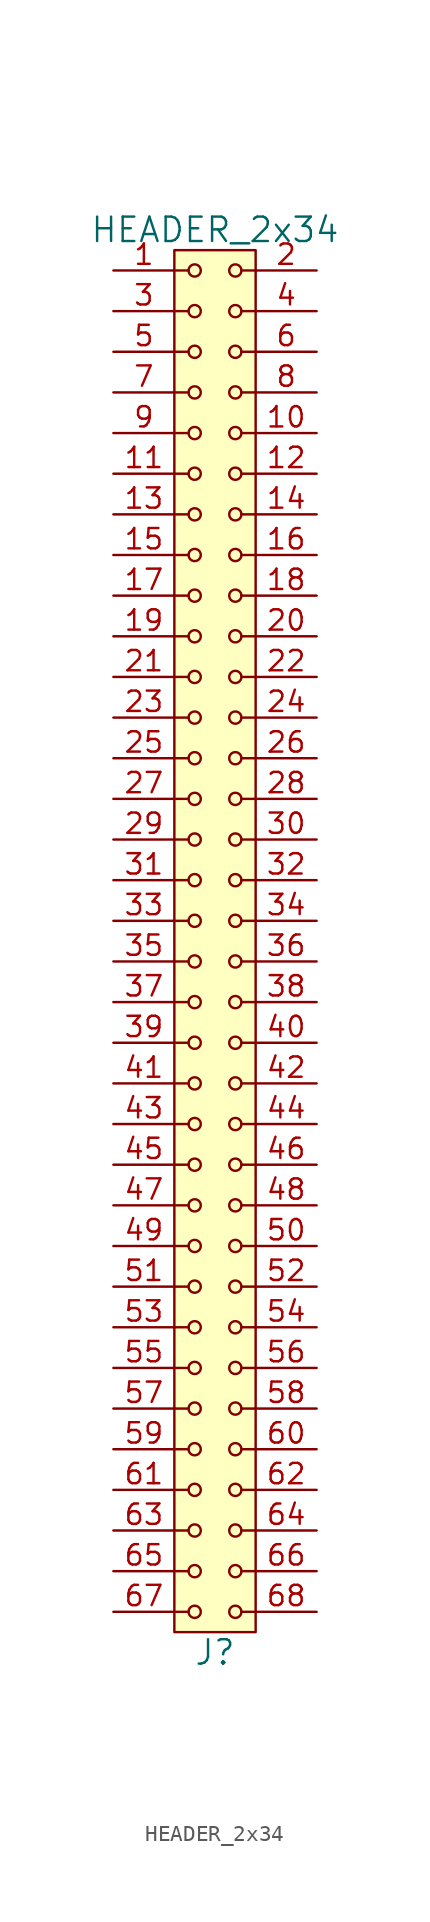
<source format=kicad_sym>
(kicad_symbol_lib
  (version 20211014)
  (generator kicad_symbol_editor)
  (symbol "HEADER_2x34"
    (pin_names
      (offset 1.016))
    (property "Reference" "J"
      (at 0 -44.45 0)
      (effects (font (size 1.524 1.524))))
    (property "Value" "HEADER_2x34"
      (at 0 44.45 0)
      (effects (font (size 1.524 1.524))))
    (property "Footprint" ""
      (at 0 41.91 0)
      (effects (font (size 1.524 1.524))))
    (property "Datasheet" ""
      (at 0 41.91 0)
      (effects (font (size 1.524 1.524))))
    (symbol "HEADER_2x34_0_1"
      (rectangle (start -2.54 43.18) (end 2.54 -43.18) (stroke (width 0) (type default) (color 0 0 0 0)) (fill (type background)))
      (circle (center -1.27 -41.91) (radius 0.381) (stroke (width 0) (type default) (color 0 0 0 0)) (fill (type none)))
      (circle (center -1.27 -39.37) (radius 0.381) (stroke (width 0) (type default) (color 0 0 0 0)) (fill (type none)))
      (circle (center -1.27 -36.83) (radius 0.381) (stroke (width 0) (type default) (color 0 0 0 0)) (fill (type none)))
      (circle (center -1.27 -34.29) (radius 0.381) (stroke (width 0) (type default) (color 0 0 0 0)) (fill (type none)))
      (circle (center -1.27 -31.75) (radius 0.381) (stroke (width 0) (type default) (color 0 0 0 0)) (fill (type none)))
      (circle (center -1.27 -29.21) (radius 0.381) (stroke (width 0) (type default) (color 0 0 0 0)) (fill (type none)))
      (circle (center -1.27 -26.67) (radius 0.381) (stroke (width 0) (type default) (color 0 0 0 0)) (fill (type none)))
      (circle (center -1.27 -24.13) (radius 0.381) (stroke (width 0) (type default) (color 0 0 0 0)) (fill (type none)))
      (circle (center -1.27 -21.59) (radius 0.381) (stroke (width 0) (type default) (color 0 0 0 0)) (fill (type none)))
      (circle (center -1.27 -19.05) (radius 0.381) (stroke (width 0) (type default) (color 0 0 0 0)) (fill (type none)))
      (circle (center -1.27 -16.51) (radius 0.381) (stroke (width 0) (type default) (color 0 0 0 0)) (fill (type none)))
      (circle (center -1.27 -13.97) (radius 0.381) (stroke (width 0) (type default) (color 0 0 0 0)) (fill (type none)))
      (circle (center -1.27 -11.43) (radius 0.381) (stroke (width 0) (type default) (color 0 0 0 0)) (fill (type none)))
      (circle (center -1.27 -8.89) (radius 0.381) (stroke (width 0) (type default) (color 0 0 0 0)) (fill (type none)))
      (circle (center -1.27 -6.35) (radius 0.381) (stroke (width 0) (type default) (color 0 0 0 0)) (fill (type none)))
      (circle (center -1.27 -3.81) (radius 0.381) (stroke (width 0) (type default) (color 0 0 0 0)) (fill (type none)))
      (circle (center -1.27 -1.27) (radius 0.381) (stroke (width 0) (type default) (color 0 0 0 0)) (fill (type none)))
      (circle (center -1.27 1.27) (radius 0.381) (stroke (width 0) (type default) (color 0 0 0 0)) (fill (type none)))
      (circle (center -1.27 3.81) (radius 0.381) (stroke (width 0) (type default) (color 0 0 0 0)) (fill (type none)))
      (circle (center -1.27 6.35) (radius 0.381) (stroke (width 0) (type default) (color 0 0 0 0)) (fill (type none)))
      (circle (center -1.27 8.89) (radius 0.381) (stroke (width 0) (type default) (color 0 0 0 0)) (fill (type none)))
      (circle (center -1.27 11.43) (radius 0.381) (stroke (width 0) (type default) (color 0 0 0 0)) (fill (type none)))
      (circle (center -1.27 13.97) (radius 0.381) (stroke (width 0) (type default) (color 0 0 0 0)) (fill (type none)))
      (circle (center -1.27 16.51) (radius 0.381) (stroke (width 0) (type default) (color 0 0 0 0)) (fill (type none)))
      (circle (center -1.27 19.05) (radius 0.381) (stroke (width 0) (type default) (color 0 0 0 0)) (fill (type none)))
      (circle (center -1.27 21.59) (radius 0.381) (stroke (width 0) (type default) (color 0 0 0 0)) (fill (type none)))
      (circle (center -1.27 24.13) (radius 0.381) (stroke (width 0) (type default) (color 0 0 0 0)) (fill (type none)))
      (circle (center -1.27 26.67) (radius 0.381) (stroke (width 0) (type default) (color 0 0 0 0)) (fill (type none)))
      (circle (center -1.27 29.21) (radius 0.381) (stroke (width 0) (type default) (color 0 0 0 0)) (fill (type none)))
      (circle (center -1.27 31.75) (radius 0.381) (stroke (width 0) (type default) (color 0 0 0 0)) (fill (type none)))
      (circle (center -1.27 34.29) (radius 0.381) (stroke (width 0) (type default) (color 0 0 0 0)) (fill (type none)))
      (circle (center -1.27 36.83) (radius 0.381) (stroke (width 0) (type default) (color 0 0 0 0)) (fill (type none)))
      (circle (center -1.27 39.37) (radius 0.381) (stroke (width 0) (type default) (color 0 0 0 0)) (fill (type none)))
      (circle (center -1.27 41.91) (radius 0.381) (stroke (width 0) (type default) (color 0 0 0 0)) (fill (type none)))
      (polyline (pts (xy -1.651 -41.91) (xy -2.54 -41.91)) (stroke (width 0) (type default) (color 0 0 0 0)) (fill (type none)))
      (polyline (pts (xy -1.651 -39.37) (xy -2.54 -39.37)) (stroke (width 0) (type default) (color 0 0 0 0)) (fill (type none)))
      (polyline (pts (xy -1.651 -36.83) (xy -2.54 -36.83)) (stroke (width 0) (type default) (color 0 0 0 0)) (fill (type none)))
      (polyline (pts (xy -1.651 -34.29) (xy -2.54 -34.29)) (stroke (width 0) (type default) (color 0 0 0 0)) (fill (type none)))
      (polyline (pts (xy -1.651 -31.75) (xy -2.54 -31.75)) (stroke (width 0) (type default) (color 0 0 0 0)) (fill (type none)))
      (polyline (pts (xy -1.651 -29.21) (xy -2.54 -29.21)) (stroke (width 0) (type default) (color 0 0 0 0)) (fill (type none)))
      (polyline (pts (xy -1.651 -26.67) (xy -2.54 -26.67)) (stroke (width 0) (type default) (color 0 0 0 0)) (fill (type none)))
      (polyline (pts (xy -1.651 -24.13) (xy -2.54 -24.13)) (stroke (width 0) (type default) (color 0 0 0 0)) (fill (type none)))
      (polyline (pts (xy -1.651 -21.59) (xy -2.54 -21.59)) (stroke (width 0) (type default) (color 0 0 0 0)) (fill (type none)))
      (polyline (pts (xy -1.651 -19.05) (xy -2.54 -19.05)) (stroke (width 0) (type default) (color 0 0 0 0)) (fill (type none)))
      (polyline (pts (xy -1.651 -16.51) (xy -2.54 -16.51)) (stroke (width 0) (type default) (color 0 0 0 0)) (fill (type none)))
      (polyline (pts (xy -1.651 -13.97) (xy -2.54 -13.97)) (stroke (width 0) (type default) (color 0 0 0 0)) (fill (type none)))
      (polyline (pts (xy -1.651 -11.43) (xy -2.54 -11.43)) (stroke (width 0) (type default) (color 0 0 0 0)) (fill (type none)))
      (polyline (pts (xy -1.651 -8.89) (xy -2.54 -8.89)) (stroke (width 0) (type default) (color 0 0 0 0)) (fill (type none)))
      (polyline (pts (xy -1.651 -6.35) (xy -2.54 -6.35)) (stroke (width 0) (type default) (color 0 0 0 0)) (fill (type none)))
      (polyline (pts (xy -1.651 -3.81) (xy -2.54 -3.81)) (stroke (width 0) (type default) (color 0 0 0 0)) (fill (type none)))
      (polyline (pts (xy -1.651 -1.27) (xy -2.54 -1.27)) (stroke (width 0) (type default) (color 0 0 0 0)) (fill (type none)))
      (polyline (pts (xy -1.651 1.27) (xy -2.54 1.27)) (stroke (width 0) (type default) (color 0 0 0 0)) (fill (type none)))
      (polyline (pts (xy -1.651 3.81) (xy -2.54 3.81)) (stroke (width 0) (type default) (color 0 0 0 0)) (fill (type none)))
      (polyline (pts (xy -1.651 6.35) (xy -2.54 6.35)) (stroke (width 0) (type default) (color 0 0 0 0)) (fill (type none)))
      (polyline (pts (xy -1.651 8.89) (xy -2.54 8.89)) (stroke (width 0) (type default) (color 0 0 0 0)) (fill (type none)))
      (polyline (pts (xy -1.651 11.43) (xy -2.54 11.43)) (stroke (width 0) (type default) (color 0 0 0 0)) (fill (type none)))
      (polyline (pts (xy -1.651 13.97) (xy -2.54 13.97)) (stroke (width 0) (type default) (color 0 0 0 0)) (fill (type none)))
      (polyline (pts (xy -1.651 16.51) (xy -2.54 16.51)) (stroke (width 0) (type default) (color 0 0 0 0)) (fill (type none)))
      (polyline (pts (xy -1.651 19.05) (xy -2.54 19.05)) (stroke (width 0) (type default) (color 0 0 0 0)) (fill (type none)))
      (polyline (pts (xy -1.651 21.59) (xy -2.54 21.59)) (stroke (width 0) (type default) (color 0 0 0 0)) (fill (type none)))
      (polyline (pts (xy -1.651 24.13) (xy -2.54 24.13)) (stroke (width 0) (type default) (color 0 0 0 0)) (fill (type none)))
      (polyline (pts (xy -1.651 26.67) (xy -2.54 26.67)) (stroke (width 0) (type default) (color 0 0 0 0)) (fill (type none)))
      (polyline (pts (xy -1.651 29.21) (xy -2.54 29.21)) (stroke (width 0) (type default) (color 0 0 0 0)) (fill (type none)))
      (polyline (pts (xy -1.651 31.75) (xy -2.54 31.75)) (stroke (width 0) (type default) (color 0 0 0 0)) (fill (type none)))
      (polyline (pts (xy -1.651 34.29) (xy -2.54 34.29)) (stroke (width 0) (type default) (color 0 0 0 0)) (fill (type none)))
      (polyline (pts (xy -1.651 36.83) (xy -2.54 36.83)) (stroke (width 0) (type default) (color 0 0 0 0)) (fill (type none)))
      (polyline (pts (xy -1.651 39.37) (xy -2.54 39.37)) (stroke (width 0) (type default) (color 0 0 0 0)) (fill (type none)))
      (polyline (pts (xy -1.651 41.91) (xy -2.54 41.91)) (stroke (width 0) (type default) (color 0 0 0 0)) (fill (type none)))
      (polyline (pts (xy 1.651 -41.91) (xy 2.54 -41.91)) (stroke (width 0) (type default) (color 0 0 0 0)) (fill (type none)))
      (polyline (pts (xy 1.651 -39.37) (xy 2.54 -39.37)) (stroke (width 0) (type default) (color 0 0 0 0)) (fill (type none)))
      (polyline (pts (xy 1.651 -36.83) (xy 2.54 -36.83)) (stroke (width 0) (type default) (color 0 0 0 0)) (fill (type none)))
      (polyline (pts (xy 1.651 -34.29) (xy 2.54 -34.29)) (stroke (width 0) (type default) (color 0 0 0 0)) (fill (type none)))
      (polyline (pts (xy 1.651 -31.75) (xy 2.54 -31.75)) (stroke (width 0) (type default) (color 0 0 0 0)) (fill (type none)))
      (polyline (pts (xy 1.651 -29.21) (xy 2.54 -29.21)) (stroke (width 0) (type default) (color 0 0 0 0)) (fill (type none)))
      (polyline (pts (xy 1.651 -26.67) (xy 2.54 -26.67)) (stroke (width 0) (type default) (color 0 0 0 0)) (fill (type none)))
      (polyline (pts (xy 1.651 -24.13) (xy 2.54 -24.13)) (stroke (width 0) (type default) (color 0 0 0 0)) (fill (type none)))
      (polyline (pts (xy 1.651 -21.59) (xy 2.54 -21.59)) (stroke (width 0) (type default) (color 0 0 0 0)) (fill (type none)))
      (polyline (pts (xy 1.651 -19.05) (xy 2.54 -19.05)) (stroke (width 0) (type default) (color 0 0 0 0)) (fill (type none)))
      (polyline (pts (xy 1.651 -16.51) (xy 2.54 -16.51)) (stroke (width 0) (type default) (color 0 0 0 0)) (fill (type none)))
      (polyline (pts (xy 1.651 -13.97) (xy 2.54 -13.97)) (stroke (width 0) (type default) (color 0 0 0 0)) (fill (type none)))
      (polyline (pts (xy 1.651 -11.43) (xy 2.54 -11.43)) (stroke (width 0) (type default) (color 0 0 0 0)) (fill (type none)))
      (polyline (pts (xy 1.651 -8.89) (xy 2.54 -8.89)) (stroke (width 0) (type default) (color 0 0 0 0)) (fill (type none)))
      (polyline (pts (xy 1.651 -6.35) (xy 2.54 -6.35)) (stroke (width 0) (type default) (color 0 0 0 0)) (fill (type none)))
      (polyline (pts (xy 1.651 -3.81) (xy 2.54 -3.81)) (stroke (width 0) (type default) (color 0 0 0 0)) (fill (type none)))
      (polyline (pts (xy 1.651 -1.27) (xy 2.54 -1.27)) (stroke (width 0) (type default) (color 0 0 0 0)) (fill (type none)))
      (polyline (pts (xy 1.651 1.27) (xy 2.54 1.27)) (stroke (width 0) (type default) (color 0 0 0 0)) (fill (type none)))
      (polyline (pts (xy 1.651 3.81) (xy 2.54 3.81)) (stroke (width 0) (type default) (color 0 0 0 0)) (fill (type none)))
      (polyline (pts (xy 1.651 6.35) (xy 2.54 6.35)) (stroke (width 0) (type default) (color 0 0 0 0)) (fill (type none)))
      (polyline (pts (xy 1.651 8.89) (xy 2.54 8.89)) (stroke (width 0) (type default) (color 0 0 0 0)) (fill (type none)))
      (polyline (pts (xy 1.651 11.43) (xy 2.54 11.43)) (stroke (width 0) (type default) (color 0 0 0 0)) (fill (type none)))
      (polyline (pts (xy 1.651 13.97) (xy 2.54 13.97)) (stroke (width 0) (type default) (color 0 0 0 0)) (fill (type none)))
      (polyline (pts (xy 1.651 16.51) (xy 2.54 16.51)) (stroke (width 0) (type default) (color 0 0 0 0)) (fill (type none)))
      (polyline (pts (xy 1.651 19.05) (xy 2.54 19.05)) (stroke (width 0) (type default) (color 0 0 0 0)) (fill (type none)))
      (polyline (pts (xy 1.651 21.59) (xy 2.54 21.59)) (stroke (width 0) (type default) (color 0 0 0 0)) (fill (type none)))
      (polyline (pts (xy 1.651 24.13) (xy 2.54 24.13)) (stroke (width 0) (type default) (color 0 0 0 0)) (fill (type none)))
      (polyline (pts (xy 1.651 26.67) (xy 2.54 26.67)) (stroke (width 0) (type default) (color 0 0 0 0)) (fill (type none)))
      (polyline (pts (xy 1.651 29.21) (xy 2.54 29.21)) (stroke (width 0) (type default) (color 0 0 0 0)) (fill (type none)))
      (polyline (pts (xy 1.651 31.75) (xy 2.54 31.75)) (stroke (width 0) (type default) (color 0 0 0 0)) (fill (type none)))
      (polyline (pts (xy 1.651 34.29) (xy 2.54 34.29)) (stroke (width 0) (type default) (color 0 0 0 0)) (fill (type none)))
      (polyline (pts (xy 1.651 36.83) (xy 2.54 36.83)) (stroke (width 0) (type default) (color 0 0 0 0)) (fill (type none)))
      (polyline (pts (xy 1.651 39.37) (xy 2.54 39.37)) (stroke (width 0) (type default) (color 0 0 0 0)) (fill (type none)))
      (polyline (pts (xy 1.651 41.91) (xy 2.54 41.91)) (stroke (width 0) (type default) (color 0 0 0 0)) (fill (type none)))
      (circle (center 1.27 -41.91) (radius 0.381) (stroke (width 0) (type default) (color 0 0 0 0)) (fill (type none)))
      (circle (center 1.27 -39.37) (radius 0.381) (stroke (width 0) (type default) (color 0 0 0 0)) (fill (type none)))
      (circle (center 1.27 -36.83) (radius 0.381) (stroke (width 0) (type default) (color 0 0 0 0)) (fill (type none)))
      (circle (center 1.27 -34.29) (radius 0.381) (stroke (width 0) (type default) (color 0 0 0 0)) (fill (type none)))
      (circle (center 1.27 -31.75) (radius 0.381) (stroke (width 0) (type default) (color 0 0 0 0)) (fill (type none)))
      (circle (center 1.27 -29.21) (radius 0.381) (stroke (width 0) (type default) (color 0 0 0 0)) (fill (type none)))
      (circle (center 1.27 -26.67) (radius 0.381) (stroke (width 0) (type default) (color 0 0 0 0)) (fill (type none)))
      (circle (center 1.27 -24.13) (radius 0.381) (stroke (width 0) (type default) (color 0 0 0 0)) (fill (type none)))
      (circle (center 1.27 -21.59) (radius 0.381) (stroke (width 0) (type default) (color 0 0 0 0)) (fill (type none)))
      (circle (center 1.27 -19.05) (radius 0.381) (stroke (width 0) (type default) (color 0 0 0 0)) (fill (type none)))
      (circle (center 1.27 -16.51) (radius 0.381) (stroke (width 0) (type default) (color 0 0 0 0)) (fill (type none)))
      (circle (center 1.27 -13.97) (radius 0.381) (stroke (width 0) (type default) (color 0 0 0 0)) (fill (type none)))
      (circle (center 1.27 -11.43) (radius 0.381) (stroke (width 0) (type default) (color 0 0 0 0)) (fill (type none)))
      (circle (center 1.27 -8.89) (radius 0.381) (stroke (width 0) (type default) (color 0 0 0 0)) (fill (type none)))
      (circle (center 1.27 -6.35) (radius 0.381) (stroke (width 0) (type default) (color 0 0 0 0)) (fill (type none)))
      (circle (center 1.27 -3.81) (radius 0.381) (stroke (width 0) (type default) (color 0 0 0 0)) (fill (type none)))
      (circle (center 1.27 -1.27) (radius 0.381) (stroke (width 0) (type default) (color 0 0 0 0)) (fill (type none)))
      (circle (center 1.27 1.27) (radius 0.381) (stroke (width 0) (type default) (color 0 0 0 0)) (fill (type none)))
      (circle (center 1.27 3.81) (radius 0.381) (stroke (width 0) (type default) (color 0 0 0 0)) (fill (type none)))
      (circle (center 1.27 6.35) (radius 0.381) (stroke (width 0) (type default) (color 0 0 0 0)) (fill (type none)))
      (circle (center 1.27 8.89) (radius 0.381) (stroke (width 0) (type default) (color 0 0 0 0)) (fill (type none)))
      (circle (center 1.27 11.43) (radius 0.381) (stroke (width 0) (type default) (color 0 0 0 0)) (fill (type none)))
      (circle (center 1.27 13.97) (radius 0.381) (stroke (width 0) (type default) (color 0 0 0 0)) (fill (type none)))
      (circle (center 1.27 16.51) (radius 0.381) (stroke (width 0) (type default) (color 0 0 0 0)) (fill (type none)))
      (circle (center 1.27 19.05) (radius 0.381) (stroke (width 0) (type default) (color 0 0 0 0)) (fill (type none)))
      (circle (center 1.27 21.59) (radius 0.381) (stroke (width 0) (type default) (color 0 0 0 0)) (fill (type none)))
      (circle (center 1.27 24.13) (radius 0.381) (stroke (width 0) (type default) (color 0 0 0 0)) (fill (type none)))
      (circle (center 1.27 26.67) (radius 0.381) (stroke (width 0) (type default) (color 0 0 0 0)) (fill (type none)))
      (circle (center 1.27 29.21) (radius 0.381) (stroke (width 0) (type default) (color 0 0 0 0)) (fill (type none)))
      (circle (center 1.27 31.75) (radius 0.381) (stroke (width 0) (type default) (color 0 0 0 0)) (fill (type none)))
      (circle (center 1.27 34.29) (radius 0.381) (stroke (width 0) (type default) (color 0 0 0 0)) (fill (type none)))
      (circle (center 1.27 36.83) (radius 0.381) (stroke (width 0) (type default) (color 0 0 0 0)) (fill (type none)))
      (circle (center 1.27 39.37) (radius 0.381) (stroke (width 0) (type default) (color 0 0 0 0)) (fill (type none)))
      (circle (center 1.27 41.91) (radius 0.381) (stroke (width 0) (type default) (color 0 0 0 0)) (fill (type none))))
    (symbol "HEADER_2x34_1_1"
      (pin input line (at -6.35 41.91 0) (length 3.81) (name "~" (effects (font (size 1.27 1.27)))) (number "1" (effects (font (size 1.27 1.27)))))
      (pin input line (at 6.35 31.75 180) (length 3.81) (name "~" (effects (font (size 1.27 1.27)))) (number "10" (effects (font (size 1.27 1.27)))))
      (pin input line (at -6.35 29.21 0) (length 3.81) (name "~" (effects (font (size 1.27 1.27)))) (number "11" (effects (font (size 1.27 1.27)))))
      (pin input line (at 6.35 29.21 180) (length 3.81) (name "~" (effects (font (size 1.27 1.27)))) (number "12" (effects (font (size 1.27 1.27)))))
      (pin input line (at -6.35 26.67 0) (length 3.81) (name "~" (effects (font (size 1.27 1.27)))) (number "13" (effects (font (size 1.27 1.27)))))
      (pin input line (at 6.35 26.67 180) (length 3.81) (name "~" (effects (font (size 1.27 1.27)))) (number "14" (effects (font (size 1.27 1.27)))))
      (pin input line (at -6.35 24.13 0) (length 3.81) (name "~" (effects (font (size 1.27 1.27)))) (number "15" (effects (font (size 1.27 1.27)))))
      (pin input line (at 6.35 24.13 180) (length 3.81) (name "~" (effects (font (size 1.27 1.27)))) (number "16" (effects (font (size 1.27 1.27)))))
      (pin input line (at -6.35 21.59 0) (length 3.81) (name "~" (effects (font (size 1.27 1.27)))) (number "17" (effects (font (size 1.27 1.27)))))
      (pin input line (at 6.35 21.59 180) (length 3.81) (name "~" (effects (font (size 1.27 1.27)))) (number "18" (effects (font (size 1.27 1.27)))))
      (pin input line (at -6.35 19.05 0) (length 3.81) (name "~" (effects (font (size 1.27 1.27)))) (number "19" (effects (font (size 1.27 1.27)))))
      (pin input line (at 6.35 41.91 180) (length 3.81) (name "~" (effects (font (size 1.27 1.27)))) (number "2" (effects (font (size 1.27 1.27)))))
      (pin input line (at 6.35 19.05 180) (length 3.81) (name "~" (effects (font (size 1.27 1.27)))) (number "20" (effects (font (size 1.27 1.27)))))
      (pin input line (at -6.35 16.51 0) (length 3.81) (name "~" (effects (font (size 1.27 1.27)))) (number "21" (effects (font (size 1.27 1.27)))))
      (pin input line (at 6.35 16.51 180) (length 3.81) (name "~" (effects (font (size 1.27 1.27)))) (number "22" (effects (font (size 1.27 1.27)))))
      (pin input line (at -6.35 13.97 0) (length 3.81) (name "~" (effects (font (size 1.27 1.27)))) (number "23" (effects (font (size 1.27 1.27)))))
      (pin input line (at 6.35 13.97 180) (length 3.81) (name "~" (effects (font (size 1.27 1.27)))) (number "24" (effects (font (size 1.27 1.27)))))
      (pin input line (at -6.35 11.43 0) (length 3.81) (name "~" (effects (font (size 1.27 1.27)))) (number "25" (effects (font (size 1.27 1.27)))))
      (pin input line (at 6.35 11.43 180) (length 3.81) (name "~" (effects (font (size 1.27 1.27)))) (number "26" (effects (font (size 1.27 1.27)))))
      (pin input line (at -6.35 8.89 0) (length 3.81) (name "~" (effects (font (size 1.27 1.27)))) (number "27" (effects (font (size 1.27 1.27)))))
      (pin input line (at 6.35 8.89 180) (length 3.81) (name "~" (effects (font (size 1.27 1.27)))) (number "28" (effects (font (size 1.27 1.27)))))
      (pin input line (at -6.35 6.35 0) (length 3.81) (name "~" (effects (font (size 1.27 1.27)))) (number "29" (effects (font (size 1.27 1.27)))))
      (pin input line (at -6.35 39.37 0) (length 3.81) (name "~" (effects (font (size 1.27 1.27)))) (number "3" (effects (font (size 1.27 1.27)))))
      (pin input line (at 6.35 6.35 180) (length 3.81) (name "~" (effects (font (size 1.27 1.27)))) (number "30" (effects (font (size 1.27 1.27)))))
      (pin input line (at -6.35 3.81 0) (length 3.81) (name "~" (effects (font (size 1.27 1.27)))) (number "31" (effects (font (size 1.27 1.27)))))
      (pin input line (at 6.35 3.81 180) (length 3.81) (name "~" (effects (font (size 1.27 1.27)))) (number "32" (effects (font (size 1.27 1.27)))))
      (pin input line (at -6.35 1.27 0) (length 3.81) (name "~" (effects (font (size 1.27 1.27)))) (number "33" (effects (font (size 1.27 1.27)))))
      (pin input line (at 6.35 1.27 180) (length 3.81) (name "~" (effects (font (size 1.27 1.27)))) (number "34" (effects (font (size 1.27 1.27)))))
      (pin input line (at -6.35 -1.27 0) (length 3.81) (name "~" (effects (font (size 1.27 1.27)))) (number "35" (effects (font (size 1.27 1.27)))))
      (pin input line (at 6.35 -1.27 180) (length 3.81) (name "~" (effects (font (size 1.27 1.27)))) (number "36" (effects (font (size 1.27 1.27)))))
      (pin input line (at -6.35 -3.81 0) (length 3.81) (name "~" (effects (font (size 1.27 1.27)))) (number "37" (effects (font (size 1.27 1.27)))))
      (pin input line (at 6.35 -3.81 180) (length 3.81) (name "~" (effects (font (size 1.27 1.27)))) (number "38" (effects (font (size 1.27 1.27)))))
      (pin input line (at -6.35 -6.35 0) (length 3.81) (name "~" (effects (font (size 1.27 1.27)))) (number "39" (effects (font (size 1.27 1.27)))))
      (pin input line (at 6.35 39.37 180) (length 3.81) (name "~" (effects (font (size 1.27 1.27)))) (number "4" (effects (font (size 1.27 1.27)))))
      (pin input line (at 6.35 -6.35 180) (length 3.81) (name "~" (effects (font (size 1.27 1.27)))) (number "40" (effects (font (size 1.27 1.27)))))
      (pin input line (at -6.35 -8.89 0) (length 3.81) (name "~" (effects (font (size 1.27 1.27)))) (number "41" (effects (font (size 1.27 1.27)))))
      (pin input line (at 6.35 -8.89 180) (length 3.81) (name "~" (effects (font (size 1.27 1.27)))) (number "42" (effects (font (size 1.27 1.27)))))
      (pin input line (at -6.35 -11.43 0) (length 3.81) (name "~" (effects (font (size 1.27 1.27)))) (number "43" (effects (font (size 1.27 1.27)))))
      (pin input line (at 6.35 -11.43 180) (length 3.81) (name "~" (effects (font (size 1.27 1.27)))) (number "44" (effects (font (size 1.27 1.27)))))
      (pin input line (at -6.35 -13.97 0) (length 3.81) (name "~" (effects (font (size 1.27 1.27)))) (number "45" (effects (font (size 1.27 1.27)))))
      (pin input line (at 6.35 -13.97 180) (length 3.81) (name "~" (effects (font (size 1.27 1.27)))) (number "46" (effects (font (size 1.27 1.27)))))
      (pin input line (at -6.35 -16.51 0) (length 3.81) (name "~" (effects (font (size 1.27 1.27)))) (number "47" (effects (font (size 1.27 1.27)))))
      (pin input line (at 6.35 -16.51 180) (length 3.81) (name "~" (effects (font (size 1.27 1.27)))) (number "48" (effects (font (size 1.27 1.27)))))
      (pin input line (at -6.35 -19.05 0) (length 3.81) (name "~" (effects (font (size 1.27 1.27)))) (number "49" (effects (font (size 1.27 1.27)))))
      (pin input line (at -6.35 36.83 0) (length 3.81) (name "~" (effects (font (size 1.27 1.27)))) (number "5" (effects (font (size 1.27 1.27)))))
      (pin input line (at 6.35 -19.05 180) (length 3.81) (name "~" (effects (font (size 1.27 1.27)))) (number "50" (effects (font (size 1.27 1.27)))))
      (pin input line (at -6.35 -21.59 0) (length 3.81) (name "~" (effects (font (size 1.27 1.27)))) (number "51" (effects (font (size 1.27 1.27)))))
      (pin input line (at 6.35 -21.59 180) (length 3.81) (name "~" (effects (font (size 1.27 1.27)))) (number "52" (effects (font (size 1.27 1.27)))))
      (pin input line (at -6.35 -24.13 0) (length 3.81) (name "~" (effects (font (size 1.27 1.27)))) (number "53" (effects (font (size 1.27 1.27)))))
      (pin input line (at 6.35 -24.13 180) (length 3.81) (name "~" (effects (font (size 1.27 1.27)))) (number "54" (effects (font (size 1.27 1.27)))))
      (pin input line (at -6.35 -26.67 0) (length 3.81) (name "~" (effects (font (size 1.27 1.27)))) (number "55" (effects (font (size 1.27 1.27)))))
      (pin input line (at 6.35 -26.67 180) (length 3.81) (name "~" (effects (font (size 1.27 1.27)))) (number "56" (effects (font (size 1.27 1.27)))))
      (pin input line (at -6.35 -29.21 0) (length 3.81) (name "~" (effects (font (size 1.27 1.27)))) (number "57" (effects (font (size 1.27 1.27)))))
      (pin input line (at 6.35 -29.21 180) (length 3.81) (name "~" (effects (font (size 1.27 1.27)))) (number "58" (effects (font (size 1.27 1.27)))))
      (pin input line (at -6.35 -31.75 0) (length 3.81) (name "~" (effects (font (size 1.27 1.27)))) (number "59" (effects (font (size 1.27 1.27)))))
      (pin input line (at 6.35 36.83 180) (length 3.81) (name "~" (effects (font (size 1.27 1.27)))) (number "6" (effects (font (size 1.27 1.27)))))
      (pin input line (at 6.35 -31.75 180) (length 3.81) (name "~" (effects (font (size 1.27 1.27)))) (number "60" (effects (font (size 1.27 1.27)))))
      (pin input line (at -6.35 -34.29 0) (length 3.81) (name "~" (effects (font (size 1.27 1.27)))) (number "61" (effects (font (size 1.27 1.27)))))
      (pin input line (at 6.35 -34.29 180) (length 3.81) (name "~" (effects (font (size 1.27 1.27)))) (number "62" (effects (font (size 1.27 1.27)))))
      (pin input line (at -6.35 -36.83 0) (length 3.81) (name "~" (effects (font (size 1.27 1.27)))) (number "63" (effects (font (size 1.27 1.27)))))
      (pin input line (at 6.35 -36.83 180) (length 3.81) (name "~" (effects (font (size 1.27 1.27)))) (number "64" (effects (font (size 1.27 1.27)))))
      (pin input line (at -6.35 -39.37 0) (length 3.81) (name "~" (effects (font (size 1.27 1.27)))) (number "65" (effects (font (size 1.27 1.27)))))
      (pin input line (at 6.35 -39.37 180) (length 3.81) (name "~" (effects (font (size 1.27 1.27)))) (number "66" (effects (font (size 1.27 1.27)))))
      (pin input line (at -6.35 -41.91 0) (length 3.81) (name "~" (effects (font (size 1.27 1.27)))) (number "67" (effects (font (size 1.27 1.27)))))
      (pin input line (at 6.35 -41.91 180) (length 3.81) (name "~" (effects (font (size 1.27 1.27)))) (number "68" (effects (font (size 1.27 1.27)))))
      (pin input line (at -6.35 34.29 0) (length 3.81) (name "~" (effects (font (size 1.27 1.27)))) (number "7" (effects (font (size 1.27 1.27)))))
      (pin input line (at 6.35 34.29 180) (length 3.81) (name "~" (effects (font (size 1.27 1.27)))) (number "8" (effects (font (size 1.27 1.27)))))
      (pin input line (at -6.35 31.75 0) (length 3.81) (name "~" (effects (font (size 1.27 1.27)))) (number "9" (effects (font (size 1.27 1.27))))))))
</source>
